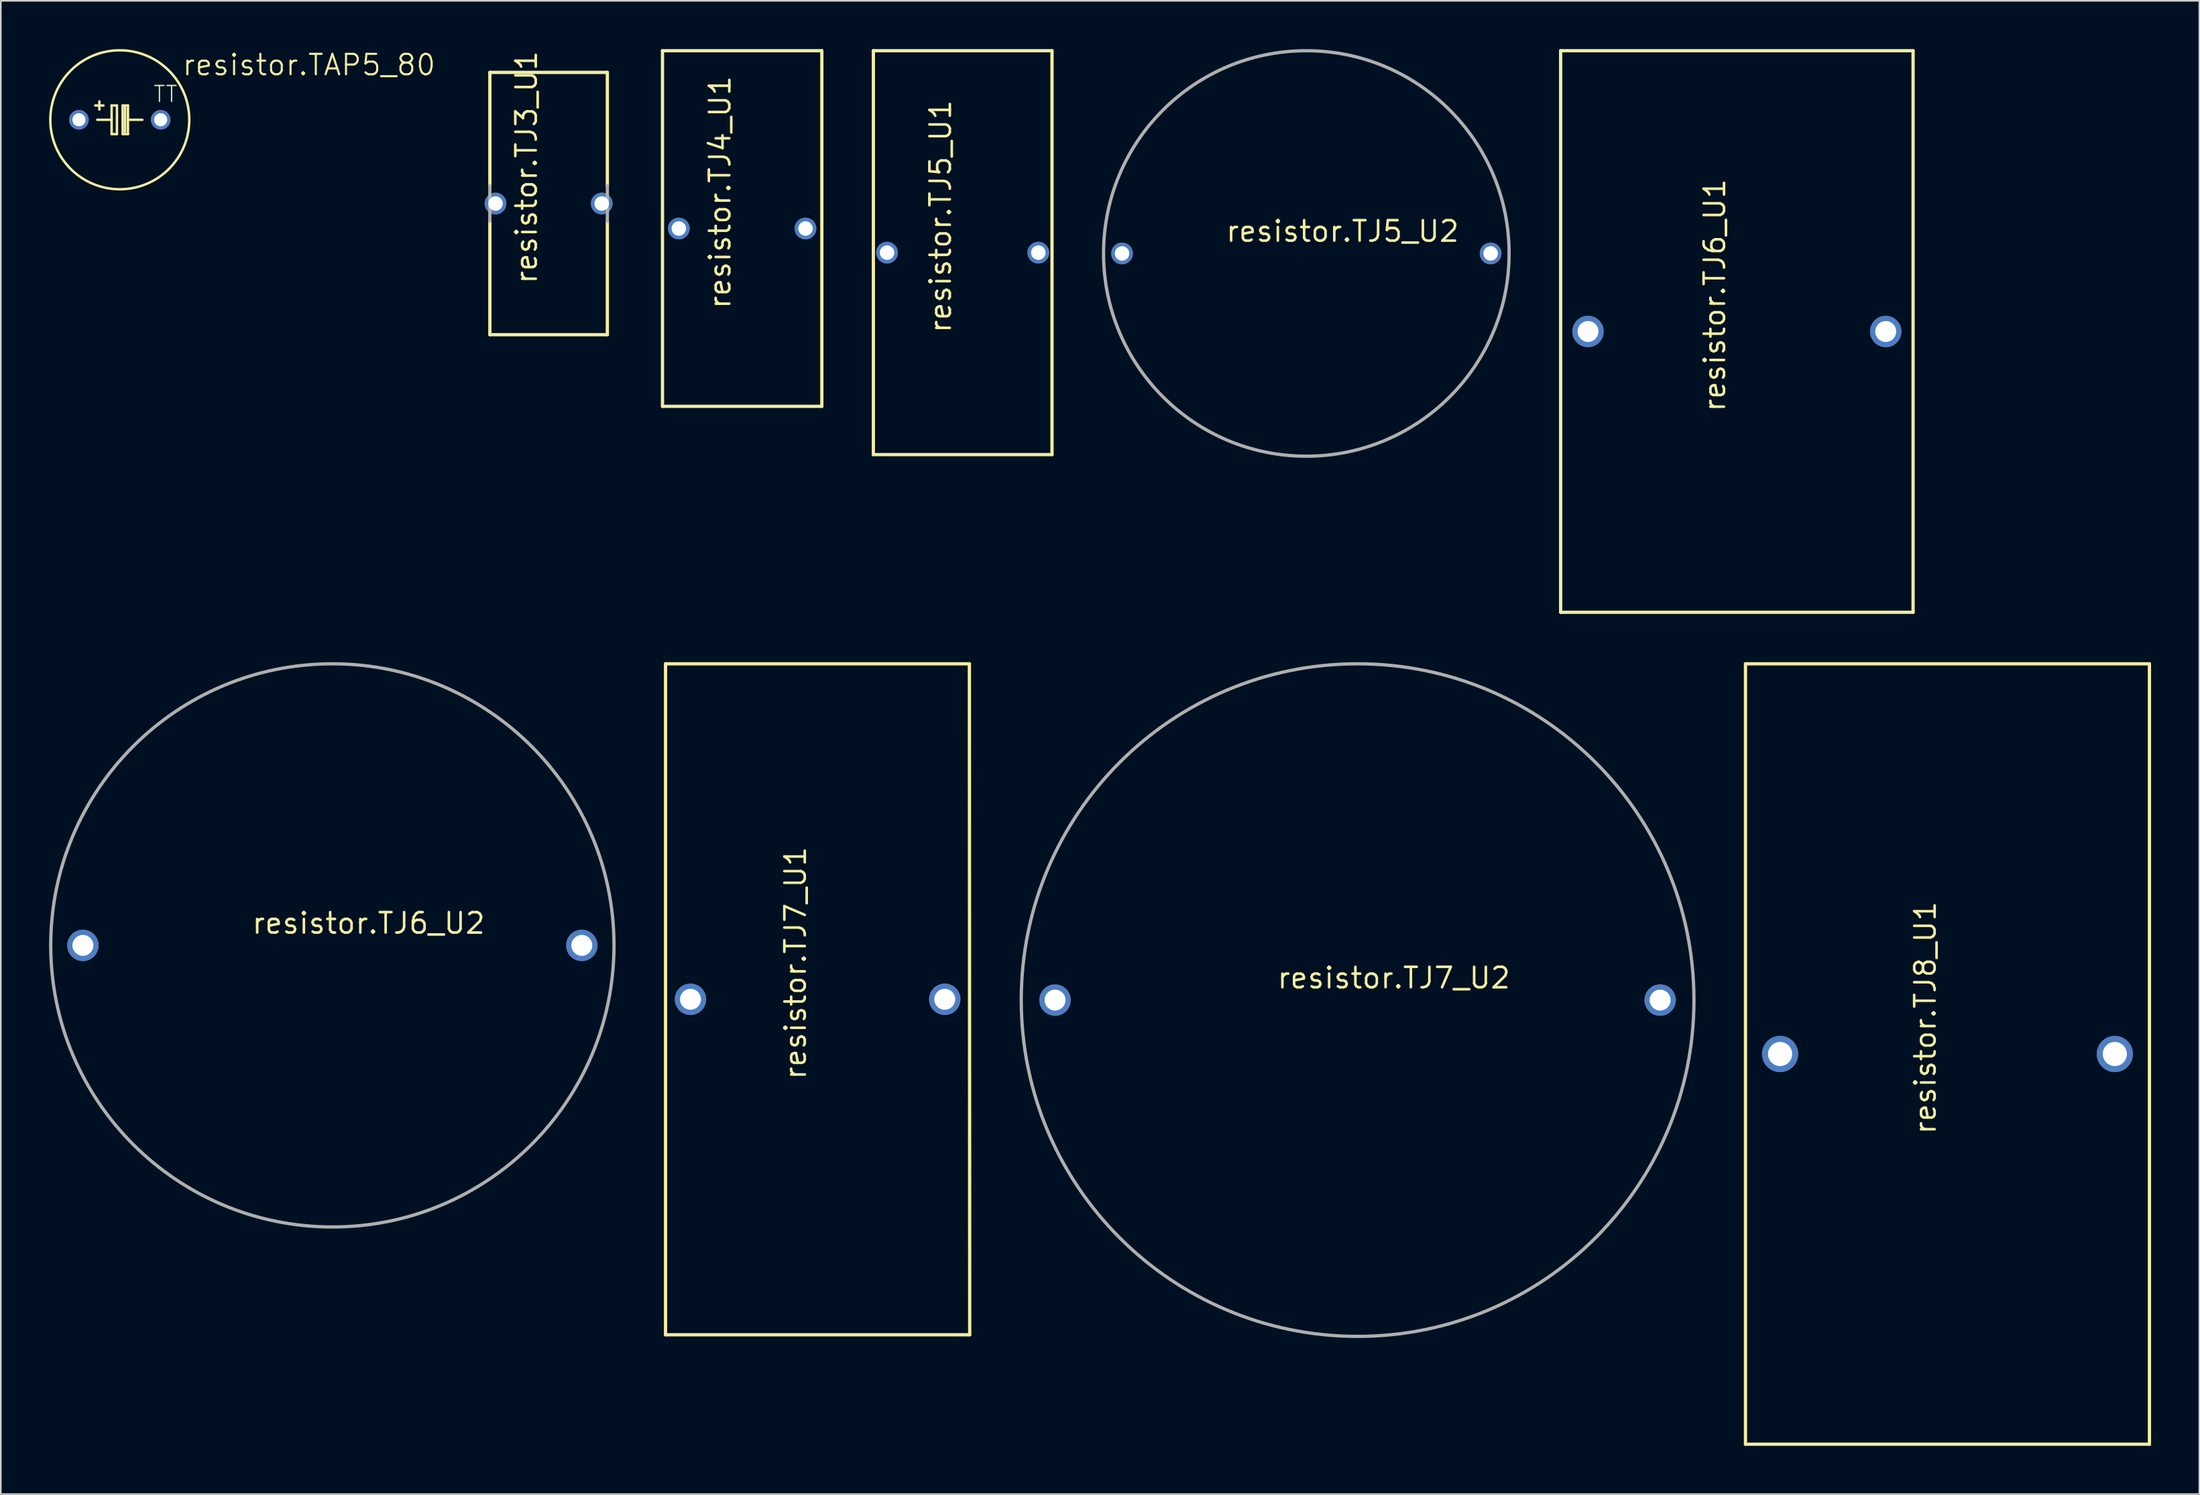
<source format=kicad_pcb>
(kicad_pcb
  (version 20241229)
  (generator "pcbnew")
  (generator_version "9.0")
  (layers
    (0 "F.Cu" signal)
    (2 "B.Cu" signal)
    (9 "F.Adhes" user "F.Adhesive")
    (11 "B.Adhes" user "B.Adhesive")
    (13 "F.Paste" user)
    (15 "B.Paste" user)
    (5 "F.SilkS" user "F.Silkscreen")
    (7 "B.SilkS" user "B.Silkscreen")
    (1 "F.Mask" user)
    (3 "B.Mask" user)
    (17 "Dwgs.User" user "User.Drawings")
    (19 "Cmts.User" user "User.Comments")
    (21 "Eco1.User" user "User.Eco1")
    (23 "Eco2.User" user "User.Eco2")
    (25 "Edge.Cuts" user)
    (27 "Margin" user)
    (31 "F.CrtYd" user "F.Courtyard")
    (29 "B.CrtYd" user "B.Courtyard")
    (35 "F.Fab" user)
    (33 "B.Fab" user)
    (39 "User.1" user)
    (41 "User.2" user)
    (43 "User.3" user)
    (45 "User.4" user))
  (footprint "resistor.TJ4_U1"
    (layer "F.Cu")
    (at 43.066 11.152)
    (property "Reference" "resistor.TJ4_U1" (at -0.635 5.08 90) (layer "F.SilkS") (effects (font (size 1.27 1.27) (thickness 0.16)) (justify left bottom)))
    (attr through_hole)
    (fp_line (start -4.95 -11.05) (end 4.95 -11.05) (stroke (width 0.203) (type default)) (layer "F.SilkS"))
    (fp_line (start -4.95 11.05) (end -4.95 -11.05) (stroke (width 0.203) (type default)) (layer "F.SilkS"))
    (fp_line (start 4.95 -11.05) (end 4.95 11.05) (stroke (width 0.203) (type default)) (layer "F.SilkS"))
    (fp_line (start 4.95 11.05) (end -4.95 11.05) (stroke (width 0.203) (type default)) (layer "F.SilkS"))
    (pad "1" thru_hole circle (at -3.935 0) (size 1.35 1.35) (drill 0.9) (layers "*.Cu" "*.Mask"))
    (pad "2" thru_hole circle (at 3.935 0) (size 1.35 1.35) (drill 0.9) (layers "*.Cu" "*.Mask")))
  (footprint "resistor.TJ6_U1"
    (layer "F.Cu")
    (at 104.875 17.552)
    (property "Reference" "resistor.TJ6_U1" (at -0.635 5.08 90) (layer "F.SilkS") (effects (font (size 1.27 1.27) (thickness 0.16)) (justify left bottom)))
    (attr through_hole)
    (fp_line (start -10.95 -17.45) (end 10.95 -17.45) (stroke (width 0.203) (type default)) (layer "F.SilkS"))
    (fp_line (start -10.95 17.45) (end -10.95 -17.45) (stroke (width 0.203) (type default)) (layer "F.SilkS"))
    (fp_line (start 10.95 -17.45) (end 10.95 17.45) (stroke (width 0.203) (type default)) (layer "F.SilkS"))
    (fp_line (start 10.95 17.45) (end -10.95 17.45) (stroke (width 0.203) (type default)) (layer "F.SilkS"))
    (pad "1" thru_hole circle (at -9.25 0) (size 1.95 1.95) (drill 1.3) (layers "*.Cu" "*.Mask"))
    (pad "2" thru_hole circle (at 9.25 0) (size 1.95 1.95) (drill 1.3) (layers "*.Cu" "*.Mask")))
  (footprint "resistor.TJ5_U1"
    (layer "F.Cu")
    (at 56.769 12.652)
    (property "Reference" "resistor.TJ5_U1" (at -0.635 5.08 90) (layer "F.SilkS") (effects (font (size 1.27 1.27) (thickness 0.16)) (justify left bottom)))
    (attr through_hole)
    (fp_line (start -5.55 -12.55) (end 5.55 -12.55) (stroke (width 0.203) (type default)) (layer "F.SilkS"))
    (fp_line (start -5.55 12.55) (end -5.55 -12.55) (stroke (width 0.203) (type default)) (layer "F.SilkS"))
    (fp_line (start 5.55 -12.55) (end 5.55 12.55) (stroke (width 0.203) (type default)) (layer "F.SilkS"))
    (fp_line (start 5.55 12.55) (end -5.55 12.55) (stroke (width 0.203) (type default)) (layer "F.SilkS"))
    (pad "1" thru_hole circle (at -4.7 0) (size 1.35 1.35) (drill 0.9) (layers "*.Cu" "*.Mask"))
    (pad "2" thru_hole circle (at 4.7 0) (size 1.35 1.35) (drill 0.9) (layers "*.Cu" "*.Mask")))
  (footprint "resistor.TJ3_U1"
    (layer "F.Cu")
    (at 31.039 9.6)
    (property "Reference" "resistor.TJ3_U1" (at -0.635 5.08 90) (layer "F.SilkS") (effects (font (size 1.27 1.27) (thickness 0.16)) (justify left bottom)))
    (attr through_hole)
    (fp_line (start -3.65 -8.15) (end 3.65 -8.15) (stroke (width 0.203) (type default)) (layer "F.SilkS"))
    (fp_line (start -3.65 -1.1) (end -3.65 -8.15) (stroke (width 0.203) (type default)) (layer "F.SilkS"))
    (fp_line (start -3.65 8.15) (end -3.65 1.1) (stroke (width 0.203) (type default)) (layer "F.SilkS"))
    (fp_line (start 3.65 -8.15) (end 3.65 -1.1) (stroke (width 0.203) (type default)) (layer "F.SilkS"))
    (fp_line (start 3.65 1.1) (end 3.65 8.15) (stroke (width 0.203) (type default)) (layer "F.SilkS"))
    (fp_line (start 3.65 8.15) (end -3.65 8.15) (stroke (width 0.203) (type default)) (layer "F.SilkS"))
    (fp_line (start -3.65 1.1) (end -3.65 -1.1) (stroke (width 0.203) (type default)) (layer "F.Fab"))
    (fp_line (start 3.65 -1.1) (end 3.65 1.1) (stroke (width 0.203) (type default)) (layer "F.Fab"))
    (pad "1" thru_hole circle (at -3.3 0) (size 1.35 1.35) (drill 0.9) (layers "*.Cu" "*.Mask"))
    (pad "2" thru_hole circle (at 3.3 0) (size 1.35 1.35) (drill 0.9) (layers "*.Cu" "*.Mask")))
  (footprint "resistor.TJ5_U2"
    (layer "F.Cu")
    (at 78.122 12.702)
    (property "Reference" "resistor.TJ5_U2" (at -5.08 -0.635 0) (layer "F.SilkS") (effects (font (size 1.27 1.27) (thickness 0.16)) (justify left bottom)))
    (attr through_hole)
    (fp_circle (center 0 0) (end 12.6 0) (stroke (width 0.203) (type default)) (fill no) (layer "F.Fab"))
    (pad "1" thru_hole circle (at -11.45 0) (size 1.35 1.35) (drill 0.9) (layers "*.Cu" "*.Mask"))
    (pad "2" thru_hole circle (at 11.45 0) (size 1.35 1.35) (drill 0.9) (layers "*.Cu" "*.Mask")))
  (footprint "resistor.TJ7_U1"
    (layer "F.Cu")
    (at 47.755 59.055)
    (property "Reference" "resistor.TJ7_U1" (at -0.635 5.08 90) (layer "F.SilkS") (effects (font (size 1.27 1.27) (thickness 0.16)) (justify left bottom)))
    (attr through_hole)
    (fp_line (start -9.45 -20.85) (end 9.43 -20.85) (stroke (width 0.203) (type default)) (layer "F.SilkS"))
    (fp_line (start -9.45 20.85) (end -9.45 -20.85) (stroke (width 0.203) (type default)) (layer "F.SilkS"))
    (fp_line (start 9.43 -20.85) (end 9.45 20.85) (stroke (width 0.203) (type default)) (layer "F.SilkS"))
    (fp_line (start 9.45 20.85) (end -9.45 20.85) (stroke (width 0.203) (type default)) (layer "F.SilkS"))
    (pad "1" thru_hole circle (at -7.9 0) (size 1.95 1.95) (drill 1.3) (layers "*.Cu" "*.Mask"))
    (pad "2" thru_hole circle (at 7.9 0) (size 1.95 1.95) (drill 1.3) (layers "*.Cu" "*.Mask")))
  (footprint "resistor.TAP5_80"
    (layer "F.Cu")
    (at 4.394 4.394)
    (property "Reference" "resistor.TAP5_80" (at 3.81 -2.667 0) (layer "F.SilkS") (effects (font (size 1.27 1.27) (thickness 0.13)) (justify left bottom)))
    (attr through_hole)
    (fp_line (start -1.397 0) (end -0.508 0) (stroke (width 0.152) (type default)) (layer "F.SilkS"))
    (fp_line (start -1.27 -0.635) (end -1.27 -1.143) (stroke (width 0.152) (type default)) (layer "F.SilkS"))
    (fp_line (start -1.016 -0.889) (end -1.524 -0.889) (stroke (width 0.152) (type default)) (layer "F.SilkS"))
    (fp_line (start -0.508 -0.889) (end -0.508 0) (stroke (width 0.152) (type default)) (layer "F.SilkS"))
    (fp_line (start -0.508 0) (end -0.508 0.889) (stroke (width 0.152) (type default)) (layer "F.SilkS"))
    (fp_line (start -0.508 0.889) (end -0.178 0.889) (stroke (width 0.152) (type default)) (layer "F.SilkS"))
    (fp_line (start -0.178 -0.889) (end -0.508 -0.889) (stroke (width 0.152) (type default)) (layer "F.SilkS"))
    (fp_line (start -0.178 0.889) (end -0.178 -0.889) (stroke (width 0.152) (type default)) (layer "F.SilkS"))
    (fp_line (start 0.178 -0.889) (end 0.178 0.889) (stroke (width 0.152) (type default)) (layer "F.SilkS"))
    (fp_line (start 0.178 0.889) (end 0.508 0.889) (stroke (width 0.152) (type default)) (layer "F.SilkS"))
    (fp_line (start 0.33 0.762) (end 0.33 -0.762) (stroke (width 0.152) (type default)) (layer "F.SilkS"))
    (fp_line (start 0.508 -0.889) (end 0.178 -0.889) (stroke (width 0.152) (type default)) (layer "F.SilkS"))
    (fp_line (start 0.508 0) (end 0.508 -0.889) (stroke (width 0.152) (type default)) (layer "F.SilkS"))
    (fp_line (start 0.508 0) (end 1.397 0) (stroke (width 0.152) (type default)) (layer "F.SilkS"))
    (fp_line (start 0.508 0.889) (end 0.508 0) (stroke (width 0.152) (type default)) (layer "F.SilkS"))
    (fp_circle (center 0 0) (end 4.318 0) (stroke (width 0.152) (type default)) (fill no) (layer "F.SilkS"))
    (fp_text user "TT" (at 2.032 -1.016 0) (layer "F.SilkS") (effects (font (size 0.991 0.991) (thickness 0.08)) (justify left bottom)))
    (pad "+" thru_hole circle (at -2.54 0) (size 1.219 1.219) (drill 0.813) (layers "*.Cu" "*.Mask"))
    (pad "-" thru_hole circle (at 2.54 0) (size 1.219 1.219) (drill 0.813) (layers "*.Cu" "*.Mask")))
  (footprint "resistor.TJ8_U1"
    (layer "F.Cu")
    (at 117.961 62.455)
    (property "Reference" "resistor.TJ8_U1" (at -0.635 5.08 90) (layer "F.SilkS") (effects (font (size 1.27 1.27) (thickness 0.16)) (justify left bottom)))
    (attr through_hole)
    (fp_line (start -12.55 -24.25) (end 12.55 -24.25) (stroke (width 0.203) (type default)) (layer "F.SilkS"))
    (fp_line (start -12.55 24.25) (end -12.55 -24.25) (stroke (width 0.203) (type default)) (layer "F.SilkS"))
    (fp_line (start 12.55 -24.25) (end 12.55 24.25) (stroke (width 0.203) (type default)) (layer "F.SilkS"))
    (fp_line (start 12.55 24.25) (end -12.55 24.25) (stroke (width 0.203) (type default)) (layer "F.SilkS"))
    (pad "1" thru_hole circle (at -10.4 0) (size 2.25 2.25) (drill 1.5) (layers "*.Cu" "*.Mask"))
    (pad "2" thru_hole circle (at 10.4 0) (size 2.25 2.25) (drill 1.5) (layers "*.Cu" "*.Mask")))
  (footprint "resistor.TJ6_U2"
    (layer "F.Cu")
    (at 17.602 55.705)
    (property "Reference" "resistor.TJ6_U2" (at -5.08 -0.635 0) (layer "F.SilkS") (effects (font (size 1.27 1.27) (thickness 0.16)) (justify left bottom)))
    (attr through_hole)
    (fp_circle (center 0 0) (end 17.5 0) (stroke (width 0.203) (type default)) (fill no) (layer "F.Fab"))
    (pad "1" thru_hole circle (at -15.5 0) (size 1.95 1.95) (drill 1.3) (layers "*.Cu" "*.Mask"))
    (pad "2" thru_hole circle (at 15.5 0) (size 1.95 1.95) (drill 1.3) (layers "*.Cu" "*.Mask")))
  (footprint "resistor.TJ7_U2"
    (layer "F.Cu")
    (at 81.308 59.105)
    (property "Reference" "resistor.TJ7_U2" (at -5.08 -0.635 0) (layer "F.SilkS") (effects (font (size 1.27 1.27) (thickness 0.16)) (justify left bottom)))
    (attr through_hole)
    (fp_circle (center 0 0) (end 20.9 0) (stroke (width 0.203) (type default)) (fill no) (layer "F.Fab"))
    (pad "1" thru_hole circle (at -18.8 0) (size 1.95 1.95) (drill 1.3) (layers "*.Cu" "*.Mask"))
    (pad "2" thru_hole circle (at 18.8 0) (size 1.95 1.95) (drill 1.3) (layers "*.Cu" "*.Mask")))
  (gr_rect
    (start -3 -3)
    (end 133.613 89.806)
    (stroke (width 0.1) (type default))
    (fill no)
    (layer "Edge.Cuts")))
</source>
